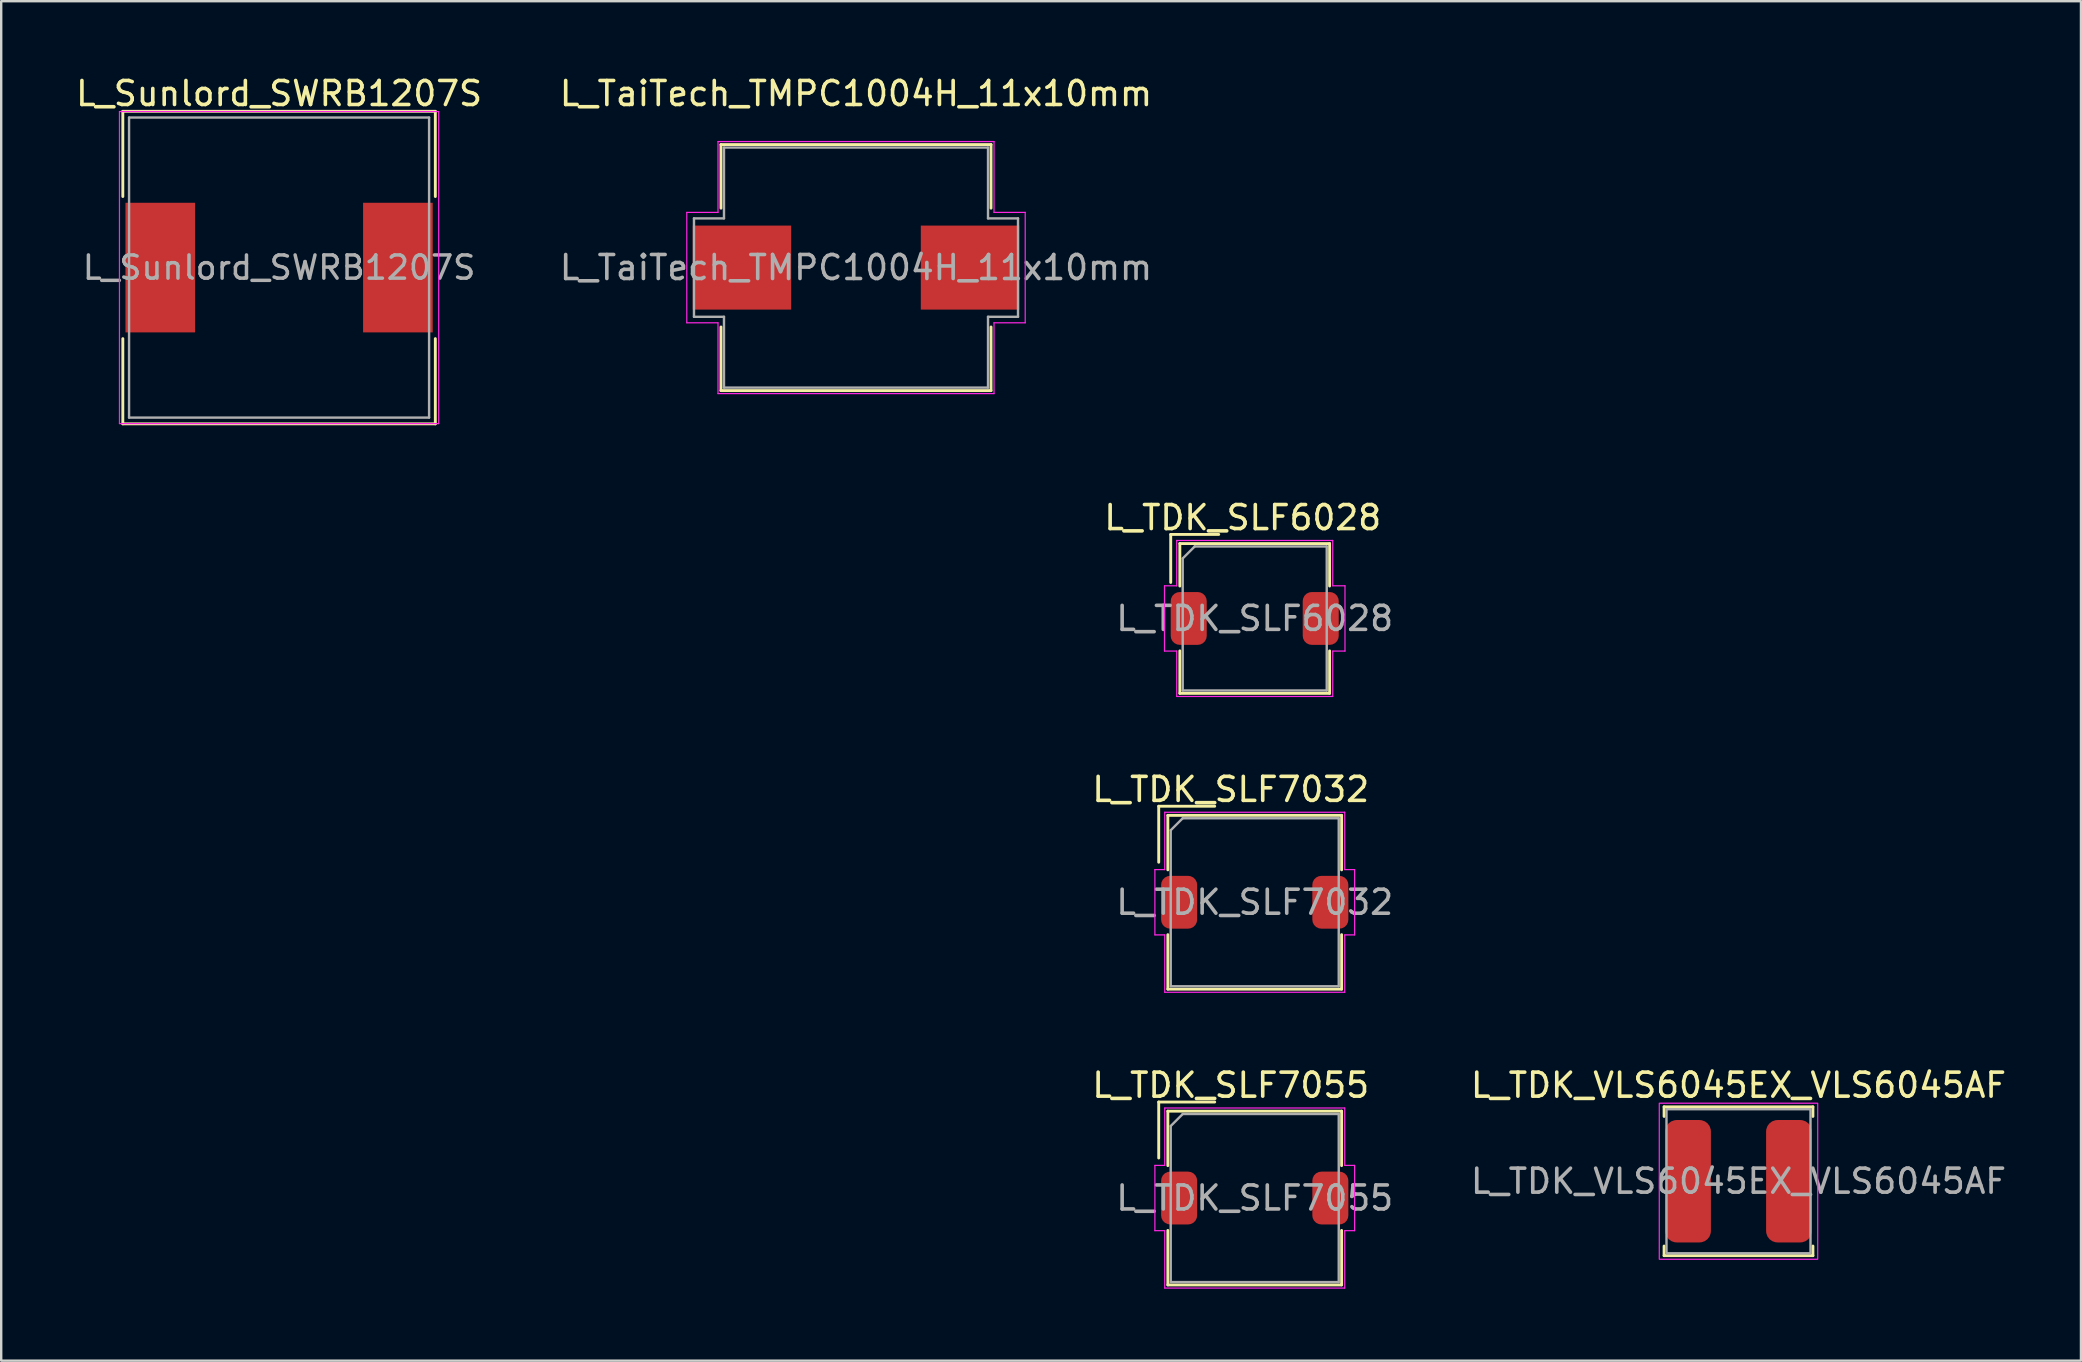
<source format=kicad_pcb>
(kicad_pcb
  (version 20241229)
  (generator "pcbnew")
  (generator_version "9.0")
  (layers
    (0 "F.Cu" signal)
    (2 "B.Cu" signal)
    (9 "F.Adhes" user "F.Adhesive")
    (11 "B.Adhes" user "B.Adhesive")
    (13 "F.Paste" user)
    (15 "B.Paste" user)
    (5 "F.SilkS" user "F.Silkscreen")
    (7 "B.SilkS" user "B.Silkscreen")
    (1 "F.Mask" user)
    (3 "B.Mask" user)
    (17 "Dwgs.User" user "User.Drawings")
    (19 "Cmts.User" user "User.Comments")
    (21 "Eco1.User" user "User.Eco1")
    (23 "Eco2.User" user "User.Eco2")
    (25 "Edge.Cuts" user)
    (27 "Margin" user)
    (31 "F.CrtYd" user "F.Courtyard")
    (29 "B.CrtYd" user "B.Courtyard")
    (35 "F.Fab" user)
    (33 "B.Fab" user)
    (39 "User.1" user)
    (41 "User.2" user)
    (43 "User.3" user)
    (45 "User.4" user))
  (footprint "L_TDK_SLF7055"
    (layer "F.Cu")
    (at 49.225 46.863)
    (property "Reference" "L_TDK_SLF7055" (at -1 -4.7 0) (layer "F.SilkS") (effects (font (size 1 1) (thickness 0.15))))
    (attr smd)
    (fp_line (start -4 -4) (end -1.667 -4) (stroke (width 0.12) (type solid)) (layer "F.SilkS"))
    (fp_line (start -4 -1.667) (end -4 -4) (stroke (width 0.12) (type solid)) (layer "F.SilkS"))
    (fp_line (start -3.62 -3.62) (end -3.62 -1.35) (stroke (width 0.12) (type solid)) (layer "F.SilkS"))
    (fp_line (start -3.62 -3.62) (end 3.62 -3.62) (stroke (width 0.12) (type solid)) (layer "F.SilkS"))
    (fp_line (start -3.62 1.35) (end -3.62 3.62) (stroke (width 0.12) (type solid)) (layer "F.SilkS"))
    (fp_line (start -3.62 3.62) (end 3.62 3.62) (stroke (width 0.12) (type solid)) (layer "F.SilkS"))
    (fp_line (start 3.62 -3.62) (end 3.62 -1.35) (stroke (width 0.12) (type solid)) (layer "F.SilkS"))
    (fp_line (start 3.62 1.35) (end 3.62 3.62) (stroke (width 0.12) (type solid)) (layer "F.SilkS"))
    (fp_line (start -4.16 -1.36) (end -4.16 1.36) (stroke (width 0.05) (type solid)) (layer "F.CrtYd"))
    (fp_line (start -4.16 1.36) (end -3.75 1.36) (stroke (width 0.05) (type solid)) (layer "F.CrtYd"))
    (fp_line (start -3.75 -3.75) (end -3.75 -1.36) (stroke (width 0.05) (type solid)) (layer "F.CrtYd"))
    (fp_line (start -3.75 -3.75) (end 3.75 -3.75) (stroke (width 0.05) (type solid)) (layer "F.CrtYd"))
    (fp_line (start -3.75 -1.36) (end -4.16 -1.36) (stroke (width 0.05) (type solid)) (layer "F.CrtYd"))
    (fp_line (start -3.75 1.36) (end -3.75 3.75) (stroke (width 0.05) (type solid)) (layer "F.CrtYd"))
    (fp_line (start -3.75 3.75) (end 3.75 3.75) (stroke (width 0.05) (type solid)) (layer "F.CrtYd"))
    (fp_line (start 3.75 -3.75) (end 3.75 -1.36) (stroke (width 0.05) (type solid)) (layer "F.CrtYd"))
    (fp_line (start 3.75 -1.36) (end 4.16 -1.36) (stroke (width 0.05) (type solid)) (layer "F.CrtYd"))
    (fp_line (start 3.75 1.36) (end 3.75 3.75) (stroke (width 0.05) (type solid)) (layer "F.CrtYd"))
    (fp_line (start 4.16 -1.36) (end 4.16 1.36) (stroke (width 0.05) (type solid)) (layer "F.CrtYd"))
    (fp_line (start 4.16 1.36) (end 3.75 1.36) (stroke (width 0.05) (type solid)) (layer "F.CrtYd"))
    (fp_line (start -3.5 -3) (end -3 -3.5) (stroke (width 0.1) (type solid)) (layer "F.Fab"))
    (fp_line (start -3.5 3.5) (end -3.5 -3) (stroke (width 0.1) (type solid)) (layer "F.Fab"))
    (fp_line (start -3 -3.5) (end 3.5 -3.5) (stroke (width 0.1) (type solid)) (layer "F.Fab"))
    (fp_line (start 3.5 -3.5) (end 3.5 3.5) (stroke (width 0.1) (type solid)) (layer "F.Fab"))
    (fp_line (start 3.5 3.5) (end -3.5 3.5) (stroke (width 0.1) (type solid)) (layer "F.Fab"))
    (fp_text user "" (at -49 0.05 0) (layer "F.SilkS") (effects (font (size 3 3) (thickness 0.15))))
    (fp_text user "${REFERENCE}" (at 0 0 0) (layer "F.Fab") (effects (font (size 1 1) (thickness 0.15))))
    (pad "1" smd roundrect (at -3.15 0) (size 1.5 2.2) (layers "F.Cu" "F.Mask" "F.Paste") (roundrect_rratio 0.25))
    (pad "2" smd roundrect (at 3.15 0) (size 1.5 2.2) (layers "F.Cu" "F.Mask" "F.Paste") (roundrect_rratio 0.25)))
  (footprint "L_TaiTech_TMPC1004H_11x10mm"
    (layer "F.Cu")
    (at 32.613 8.098)
    (property "Reference" "L_TaiTech_TMPC1004H_11x10mm" (at 0 -7.25 0) (layer "F.SilkS") (effects (font (size 1 1) (thickness 0.15))))
    (attr smd)
    (fp_line (start -5.625 -5.125) (end -5.625 -2.475) (stroke (width 0.12) (type solid)) (layer "F.SilkS"))
    (fp_line (start -5.625 -5.125) (end 5.625 -5.125) (stroke (width 0.12) (type solid)) (layer "F.SilkS"))
    (fp_line (start -5.625 2.475) (end -5.625 5.125) (stroke (width 0.12) (type solid)) (layer "F.SilkS"))
    (fp_line (start 5.625 -5.125) (end 5.625 -2.475) (stroke (width 0.12) (type solid)) (layer "F.SilkS"))
    (fp_line (start 5.625 2.475) (end 5.625 5.125) (stroke (width 0.12) (type solid)) (layer "F.SilkS"))
    (fp_line (start 5.625 5.125) (end -5.625 5.125) (stroke (width 0.12) (type solid)) (layer "F.SilkS"))
    (fp_line (start -7.05 -2.3) (end -5.75 -2.3) (stroke (width 0.05) (type solid)) (layer "F.CrtYd"))
    (fp_line (start -7.05 2.3) (end -7.05 -2.3) (stroke (width 0.05) (type solid)) (layer "F.CrtYd"))
    (fp_line (start -5.75 -5.25) (end 5.75 -5.25) (stroke (width 0.05) (type solid)) (layer "F.CrtYd"))
    (fp_line (start -5.75 -2.3) (end -5.75 -5.25) (stroke (width 0.05) (type solid)) (layer "F.CrtYd"))
    (fp_line (start -5.75 2.3) (end -7.05 2.3) (stroke (width 0.05) (type solid)) (layer "F.CrtYd"))
    (fp_line (start -5.75 2.3) (end -5.75 5.25) (stroke (width 0.05) (type solid)) (layer "F.CrtYd"))
    (fp_line (start 5.75 -2.3) (end 5.75 -5.25) (stroke (width 0.05) (type solid)) (layer "F.CrtYd"))
    (fp_line (start 5.75 -2.3) (end 7.05 -2.3) (stroke (width 0.05) (type solid)) (layer "F.CrtYd"))
    (fp_line (start 5.75 2.3) (end 5.75 5.25) (stroke (width 0.05) (type solid)) (layer "F.CrtYd"))
    (fp_line (start 5.75 5.25) (end -5.75 5.25) (stroke (width 0.05) (type solid)) (layer "F.CrtYd"))
    (fp_line (start 7.05 -2.3) (end 7.05 2.3) (stroke (width 0.05) (type solid)) (layer "F.CrtYd"))
    (fp_line (start 7.05 2.3) (end 5.75 2.3) (stroke (width 0.05) (type solid)) (layer "F.CrtYd"))
    (fp_line (start -6.75 -2.05) (end -6.75 2.05) (stroke (width 0.1) (type solid)) (layer "F.Fab"))
    (fp_line (start -6.75 -2.05) (end -5.5 -2.05) (stroke (width 0.1) (type solid)) (layer "F.Fab"))
    (fp_line (start -6.75 2.05) (end -5.5 2.05) (stroke (width 0.1) (type solid)) (layer "F.Fab"))
    (fp_line (start -5.5 -5) (end -5.5 -2.05) (stroke (width 0.1) (type solid)) (layer "F.Fab"))
    (fp_line (start -5.5 -5) (end 5.5 -5) (stroke (width 0.1) (type solid)) (layer "F.Fab"))
    (fp_line (start -5.5 2.05) (end -5.5 5) (stroke (width 0.1) (type solid)) (layer "F.Fab"))
    (fp_line (start 5.5 -2.05) (end 5.5 -5) (stroke (width 0.1) (type solid)) (layer "F.Fab"))
    (fp_line (start 5.5 2.05) (end 5.5 5) (stroke (width 0.1) (type solid)) (layer "F.Fab"))
    (fp_line (start 5.5 5) (end -5.5 5) (stroke (width 0.1) (type solid)) (layer "F.Fab"))
    (fp_line (start 6.75 -2.05) (end 5.5 -2.05) (stroke (width 0.1) (type solid)) (layer "F.Fab"))
    (fp_line (start 6.75 -2.05) (end 6.75 2.05) (stroke (width 0.1) (type solid)) (layer "F.Fab"))
    (fp_line (start 6.75 2.05) (end 5.5 2.05) (stroke (width 0.1) (type solid)) (layer "F.Fab"))
    (fp_text user "${REFERENCE}" (at 0 0 0) (layer "F.Fab") (effects (font (size 1 1) (thickness 0.15))))
    (pad "1" smd rect (at -4.75 0) (size 4.1 3.5) (layers "F.Cu" "F.Mask" "F.Paste"))
    (pad "2" smd rect (at 4.75 0) (size 4.1 3.5) (layers "F.Cu" "F.Mask" "F.Paste")))
  (footprint "L_TDK_SLF7032"
    (layer "F.Cu")
    (at 49.225 34.54)
    (property "Reference" "L_TDK_SLF7032" (at -1 -4.7 0) (layer "F.SilkS") (effects (font (size 1 1) (thickness 0.15))))
    (attr smd)
    (fp_line (start -4 -4) (end -1.667 -4) (stroke (width 0.12) (type solid)) (layer "F.SilkS"))
    (fp_line (start -4 -1.667) (end -4 -4) (stroke (width 0.12) (type solid)) (layer "F.SilkS"))
    (fp_line (start -3.62 -3.62) (end -3.62 -1.35) (stroke (width 0.12) (type solid)) (layer "F.SilkS"))
    (fp_line (start -3.62 -3.62) (end 3.62 -3.62) (stroke (width 0.12) (type solid)) (layer "F.SilkS"))
    (fp_line (start -3.62 1.35) (end -3.62 3.62) (stroke (width 0.12) (type solid)) (layer "F.SilkS"))
    (fp_line (start -3.62 3.62) (end 3.62 3.62) (stroke (width 0.12) (type solid)) (layer "F.SilkS"))
    (fp_line (start 3.62 -3.62) (end 3.62 -1.35) (stroke (width 0.12) (type solid)) (layer "F.SilkS"))
    (fp_line (start 3.62 1.35) (end 3.62 3.62) (stroke (width 0.12) (type solid)) (layer "F.SilkS"))
    (fp_line (start -4.16 -1.36) (end -4.16 1.36) (stroke (width 0.05) (type solid)) (layer "F.CrtYd"))
    (fp_line (start -4.16 1.36) (end -3.75 1.36) (stroke (width 0.05) (type solid)) (layer "F.CrtYd"))
    (fp_line (start -3.75 -3.75) (end -3.75 -1.36) (stroke (width 0.05) (type solid)) (layer "F.CrtYd"))
    (fp_line (start -3.75 -3.75) (end 3.75 -3.75) (stroke (width 0.05) (type solid)) (layer "F.CrtYd"))
    (fp_line (start -3.75 -1.36) (end -4.16 -1.36) (stroke (width 0.05) (type solid)) (layer "F.CrtYd"))
    (fp_line (start -3.75 1.36) (end -3.75 3.75) (stroke (width 0.05) (type solid)) (layer "F.CrtYd"))
    (fp_line (start -3.75 3.75) (end 3.75 3.75) (stroke (width 0.05) (type solid)) (layer "F.CrtYd"))
    (fp_line (start 3.75 -3.75) (end 3.75 -1.36) (stroke (width 0.05) (type solid)) (layer "F.CrtYd"))
    (fp_line (start 3.75 -1.36) (end 4.16 -1.36) (stroke (width 0.05) (type solid)) (layer "F.CrtYd"))
    (fp_line (start 3.75 1.36) (end 3.75 3.75) (stroke (width 0.05) (type solid)) (layer "F.CrtYd"))
    (fp_line (start 4.16 -1.36) (end 4.16 1.36) (stroke (width 0.05) (type solid)) (layer "F.CrtYd"))
    (fp_line (start 4.16 1.36) (end 3.75 1.36) (stroke (width 0.05) (type solid)) (layer "F.CrtYd"))
    (fp_line (start -3.5 -3) (end -3 -3.5) (stroke (width 0.1) (type solid)) (layer "F.Fab"))
    (fp_line (start -3.5 3.5) (end -3.5 -3) (stroke (width 0.1) (type solid)) (layer "F.Fab"))
    (fp_line (start -3 -3.5) (end 3.5 -3.5) (stroke (width 0.1) (type solid)) (layer "F.Fab"))
    (fp_line (start 3.5 -3.5) (end 3.5 3.5) (stroke (width 0.1) (type solid)) (layer "F.Fab"))
    (fp_line (start 3.5 3.5) (end -3.5 3.5) (stroke (width 0.1) (type solid)) (layer "F.Fab"))
    (fp_text user "" (at -49 0.05 0) (layer "F.SilkS") (effects (font (size 3 3) (thickness 0.15))))
    (fp_text user "${REFERENCE}" (at 0 0 0) (layer "F.Fab") (effects (font (size 1 1) (thickness 0.15))))
    (pad "1" smd roundrect (at -3.15 0) (size 1.5 2.2) (layers "F.Cu" "F.Mask" "F.Paste") (roundrect_rratio 0.25))
    (pad "2" smd roundrect (at 3.15 0) (size 1.5 2.2) (layers "F.Cu" "F.Mask" "F.Paste") (roundrect_rratio 0.25)))
  (footprint "L_TDK_VLS6045EX_VLS6045AF"
    (layer "F.Cu")
    (at 69.38 46.163)
    (property "Reference" "L_TDK_VLS6045EX_VLS6045AF" (at 0 -4 0) (unlocked yes) (layer "F.SilkS") (effects (font (size 1 1) (thickness 0.15))))
    (attr smd)
    (fp_line (start -3.1 -3.1) (end -3.1 -2.7) (stroke (width 0.12) (type solid)) (layer "F.SilkS"))
    (fp_line (start -3.1 -3.1) (end 3.1 -3.1) (stroke (width 0.12) (type solid)) (layer "F.SilkS"))
    (fp_line (start -3.1 3.1) (end -3.1 2.7) (stroke (width 0.12) (type solid)) (layer "F.SilkS"))
    (fp_line (start -3.1 3.1) (end 3.1 3.1) (stroke (width 0.12) (type solid)) (layer "F.SilkS"))
    (fp_line (start 3.1 -3.1) (end 3.1 -2.7) (stroke (width 0.12) (type solid)) (layer "F.SilkS"))
    (fp_line (start 3.1 3.1) (end 3.1 2.7) (stroke (width 0.12) (type solid)) (layer "F.SilkS"))
    (fp_rect (start -3.3 -3.25) (end 3.3 3.25) (stroke (width 0.05) (type solid)) (fill no) (layer "F.CrtYd"))
    (fp_rect (start -3 -3) (end 3 3) (stroke (width 0.1) (type solid)) (fill no) (layer "F.Fab"))
    (fp_text user "${REFERENCE}" (at 0 0 0) (unlocked yes) (layer "F.Fab") (effects (font (size 1 1) (thickness 0.15))))
    (pad "1" smd roundrect (at -2.1 0) (size 1.9 5.1) (layers "F.Cu" "F.Mask" "F.Paste") (roundrect_rratio 0.25))
    (pad "2" smd roundrect (at 2.1 0) (size 1.9 5.1) (layers "F.Cu" "F.Mask" "F.Paste") (roundrect_rratio 0.25)))
  (footprint "L_TDK_SLF6028"
    (layer "F.Cu")
    (at 49.225 22.716)
    (property "Reference" "L_TDK_SLF6028" (at -0.5 -4.2 0) (layer "F.SilkS") (effects (font (size 1 1) (thickness 0.15))))
    (attr smd)
    (fp_line (start -3.5 -3.5) (end -1.5 -3.5) (stroke (width 0.12) (type solid)) (layer "F.SilkS"))
    (fp_line (start -3.5 -1.5) (end -3.5 -3.5) (stroke (width 0.12) (type solid)) (layer "F.SilkS"))
    (fp_line (start -3.12 -3.12) (end -3.12 -1.35) (stroke (width 0.12) (type solid)) (layer "F.SilkS"))
    (fp_line (start -3.12 -3.12) (end 3.12 -3.12) (stroke (width 0.12) (type solid)) (layer "F.SilkS"))
    (fp_line (start -3.12 1.35) (end -3.12 3.12) (stroke (width 0.12) (type solid)) (layer "F.SilkS"))
    (fp_line (start -3.12 3.12) (end 3.12 3.12) (stroke (width 0.12) (type solid)) (layer "F.SilkS"))
    (fp_line (start 3.12 -3.12) (end 3.12 -1.35) (stroke (width 0.12) (type solid)) (layer "F.SilkS"))
    (fp_line (start 3.12 1.35) (end 3.12 3.12) (stroke (width 0.12) (type solid)) (layer "F.SilkS"))
    (fp_line (start -3.76 -1.36) (end -3.76 1.36) (stroke (width 0.05) (type solid)) (layer "F.CrtYd"))
    (fp_line (start -3.76 1.36) (end -3.25 1.36) (stroke (width 0.05) (type solid)) (layer "F.CrtYd"))
    (fp_line (start -3.25 -3.25) (end -3.25 -1.36) (stroke (width 0.05) (type solid)) (layer "F.CrtYd"))
    (fp_line (start -3.25 -3.25) (end 3.25 -3.25) (stroke (width 0.05) (type solid)) (layer "F.CrtYd"))
    (fp_line (start -3.25 -1.36) (end -3.76 -1.36) (stroke (width 0.05) (type solid)) (layer "F.CrtYd"))
    (fp_line (start -3.25 1.36) (end -3.25 3.25) (stroke (width 0.05) (type solid)) (layer "F.CrtYd"))
    (fp_line (start -3.25 3.25) (end 3.25 3.25) (stroke (width 0.05) (type solid)) (layer "F.CrtYd"))
    (fp_line (start 3.25 -3.25) (end 3.25 -1.36) (stroke (width 0.05) (type solid)) (layer "F.CrtYd"))
    (fp_line (start 3.25 -1.36) (end 3.76 -1.36) (stroke (width 0.05) (type solid)) (layer "F.CrtYd"))
    (fp_line (start 3.25 1.36) (end 3.25 3.25) (stroke (width 0.05) (type solid)) (layer "F.CrtYd"))
    (fp_line (start 3.76 -1.36) (end 3.76 1.36) (stroke (width 0.05) (type solid)) (layer "F.CrtYd"))
    (fp_line (start 3.76 1.36) (end 3.25 1.36) (stroke (width 0.05) (type solid)) (layer "F.CrtYd"))
    (fp_line (start -3 -2.5) (end -2.5 -3) (stroke (width 0.1) (type solid)) (layer "F.Fab"))
    (fp_line (start -3 3) (end -3 -2.5) (stroke (width 0.1) (type solid)) (layer "F.Fab"))
    (fp_line (start -2.5 -3) (end 3 -3) (stroke (width 0.1) (type solid)) (layer "F.Fab"))
    (fp_line (start 3 -3) (end 3 3) (stroke (width 0.1) (type solid)) (layer "F.Fab"))
    (fp_line (start 3 3) (end -3 3) (stroke (width 0.1) (type solid)) (layer "F.Fab"))
    (fp_text user "" (at -49 0.05 0) (layer "F.SilkS") (effects (font (size 3 3) (thickness 0.15))))
    (fp_text user "${REFERENCE}" (at 0 0 0) (layer "F.Fab") (effects (font (size 1 1) (thickness 0.15))))
    (pad "1" smd roundrect (at -2.75 0) (size 1.5 2.2) (layers "F.Cu" "F.Mask" "F.Paste") (roundrect_rratio 0.25))
    (pad "2" smd roundrect (at 2.75 0) (size 1.5 2.2) (layers "F.Cu" "F.Mask" "F.Paste") (roundrect_rratio 0.25)))
  (footprint "L_Sunlord_SWRB1207S"
    (layer "F.Cu")
    (at 8.577 8.098)
    (property "Reference" "L_Sunlord_SWRB1207S" (at 0 -7.25 0) (layer "F.SilkS") (effects (font (size 1 1) (thickness 0.15))))
    (attr smd)
    (fp_line (start -6.51 -6.51) (end -6.51 -2.96) (stroke (width 0.12) (type solid)) (layer "F.SilkS"))
    (fp_line (start -6.51 -6.51) (end 6.51 -6.51) (stroke (width 0.12) (type solid)) (layer "F.SilkS"))
    (fp_line (start -6.51 6.51) (end -6.51 2.96) (stroke (width 0.12) (type solid)) (layer "F.SilkS"))
    (fp_line (start -6.51 6.51) (end 6.51 6.51) (stroke (width 0.12) (type solid)) (layer "F.SilkS"))
    (fp_line (start 6.51 -6.51) (end 6.51 -2.96) (stroke (width 0.12) (type solid)) (layer "F.SilkS"))
    (fp_line (start 6.51 6.51) (end 6.51 2.96) (stroke (width 0.12) (type solid)) (layer "F.SilkS"))
    (fp_line (start -6.65 -6.5) (end -6.65 6.5) (stroke (width 0.05) (type solid)) (layer "F.CrtYd"))
    (fp_line (start -6.65 6.5) (end 6.65 6.5) (stroke (width 0.05) (type solid)) (layer "F.CrtYd"))
    (fp_line (start 6.65 -6.5) (end -6.65 -6.5) (stroke (width 0.05) (type solid)) (layer "F.CrtYd"))
    (fp_line (start 6.65 6.5) (end 6.65 -6.5) (stroke (width 0.05) (type solid)) (layer "F.CrtYd"))
    (fp_line (start -6.25 -6.25) (end -6.25 6.25) (stroke (width 0.1) (type solid)) (layer "F.Fab"))
    (fp_line (start -6.25 6.25) (end 6.25 6.25) (stroke (width 0.1) (type solid)) (layer "F.Fab"))
    (fp_line (start 6.25 -6.25) (end -6.25 -6.25) (stroke (width 0.1) (type solid)) (layer "F.Fab"))
    (fp_line (start 6.25 6.25) (end 6.25 -6.25) (stroke (width 0.1) (type solid)) (layer "F.Fab"))
    (fp_text user "${REFERENCE}" (at 0 0 0) (layer "F.Fab") (effects (font (size 0.967 0.967) (thickness 0.145))))
    (pad "1" smd rect (at -4.95 0) (size 2.9 5.4) (layers "F.Cu" "F.Mask" "F.Paste"))
    (pad "2" smd rect (at 4.95 0) (size 2.9 5.4) (layers "F.Cu" "F.Mask" "F.Paste")))
  (gr_rect
    (start -3 -3)
    (end 83.648 53.638)
    (stroke (width 0.1) (type default))
    (fill no)
    (layer "Edge.Cuts")))
</source>
